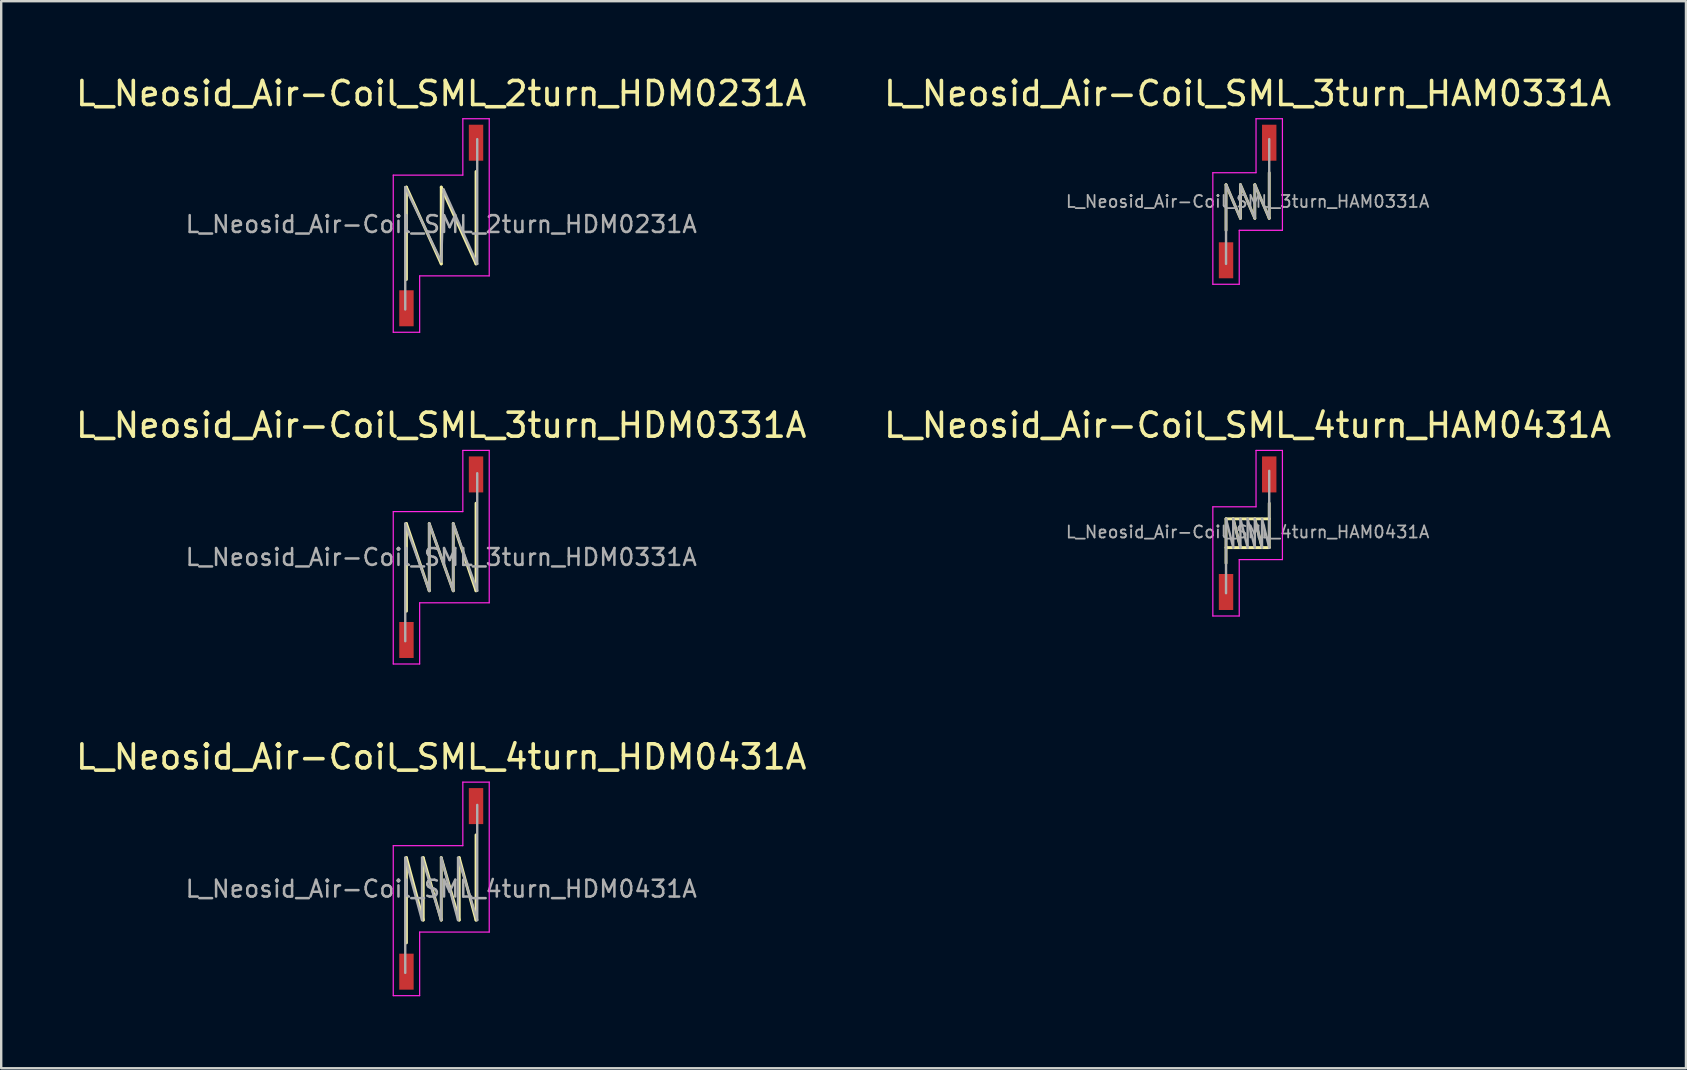
<source format=kicad_pcb>
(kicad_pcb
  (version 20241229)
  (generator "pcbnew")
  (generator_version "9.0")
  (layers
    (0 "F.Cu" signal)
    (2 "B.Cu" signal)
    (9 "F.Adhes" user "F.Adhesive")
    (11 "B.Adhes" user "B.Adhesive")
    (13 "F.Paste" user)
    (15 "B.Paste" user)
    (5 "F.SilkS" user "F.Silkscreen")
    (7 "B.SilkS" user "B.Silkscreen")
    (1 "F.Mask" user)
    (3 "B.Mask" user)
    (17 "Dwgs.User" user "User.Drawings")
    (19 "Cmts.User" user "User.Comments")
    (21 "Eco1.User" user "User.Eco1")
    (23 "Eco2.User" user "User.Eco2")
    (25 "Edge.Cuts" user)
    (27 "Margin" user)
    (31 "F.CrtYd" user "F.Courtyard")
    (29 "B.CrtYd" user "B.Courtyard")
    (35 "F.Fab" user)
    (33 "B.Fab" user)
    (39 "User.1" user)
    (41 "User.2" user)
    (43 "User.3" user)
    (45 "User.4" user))
  (footprint "L_Neosid_Air-Coil_SML_2turn_HDM0231A"
    (layer "F.Cu")
    (at 15.339 6.348)
    (property "Reference" "L_Neosid_Air-Coil_SML_2turn_HDM0231A" (at 0 -5.5 0) (layer "F.SilkS") (effects (font (size 1 1) (thickness 0.15))))
    (attr smd)
    (fp_line (start -1.45 -1.6) (end -1.45 2.25) (stroke (width 0.12) (type solid)) (layer "F.SilkS"))
    (fp_line (start -1.45 -1.6) (end 0 1.6) (stroke (width 0.12) (type solid)) (layer "F.SilkS"))
    (fp_line (start 0 -1.6) (end 0 1.6) (stroke (width 0.12) (type solid)) (layer "F.SilkS"))
    (fp_line (start 0 -1.6) (end 1.45 1.6) (stroke (width 0.12) (type solid)) (layer "F.SilkS"))
    (fp_line (start 1.45 1.6) (end 1.45 -2.25) (stroke (width 0.12) (type solid)) (layer "F.SilkS"))
    (fp_line (start -2 -2.1) (end -2 4.45) (stroke (width 0.05) (type solid)) (layer "F.CrtYd"))
    (fp_line (start -2 4.45) (end -0.9 4.45) (stroke (width 0.05) (type solid)) (layer "F.CrtYd"))
    (fp_line (start -0.9 2.1) (end 2 2.1) (stroke (width 0.05) (type solid)) (layer "F.CrtYd"))
    (fp_line (start -0.9 4.45) (end -0.9 2.1) (stroke (width 0.05) (type solid)) (layer "F.CrtYd"))
    (fp_line (start 0.9 -4.45) (end 0.9 -2.1) (stroke (width 0.05) (type solid)) (layer "F.CrtYd"))
    (fp_line (start 0.9 -2.1) (end -2 -2.1) (stroke (width 0.05) (type solid)) (layer "F.CrtYd"))
    (fp_line (start 2 -4.45) (end 0.9 -4.45) (stroke (width 0.05) (type solid)) (layer "F.CrtYd"))
    (fp_line (start 2 2.1) (end 2 -4.45) (stroke (width 0.05) (type solid)) (layer "F.CrtYd"))
    (fp_line (start -1.5 -1.6) (end 0 1.5) (stroke (width 0.1) (type solid)) (layer "F.Fab"))
    (fp_line (start -1.5 3.5) (end -1.5 -1.6) (stroke (width 0.1) (type solid)) (layer "F.Fab"))
    (fp_line (start 0 1.5) (end 0.1 -1.5) (stroke (width 0.1) (type solid)) (layer "F.Fab"))
    (fp_line (start 0.1 -1.5) (end 1.5 1.6) (stroke (width 0.1) (type solid)) (layer "F.Fab"))
    (fp_line (start 1.5 1.6) (end 1.5 -3.6) (stroke (width 0.1) (type solid)) (layer "F.Fab"))
    (fp_text user "${REFERENCE}" (at 0 -0.05 0) (layer "F.Fab") (effects (font (size 0.7 0.7) (thickness 0.105))))
    (pad "1" smd rect (at -1.45 3.45) (size 0.6 1.5) (layers "F.Cu" "F.Mask" "F.Paste"))
    (pad "2" smd rect (at 1.45 -3.45) (size 0.6 1.5) (layers "F.Cu" "F.Mask" "F.Paste")))
  (footprint "L_Neosid_Air-Coil_SML_4turn_HAM0431A"
    (layer "F.Cu")
    (at 48.946 19.172)
    (property "Reference" "L_Neosid_Air-Coil_SML_4turn_HAM0431A" (at 0 -4.5 0) (layer "F.SilkS") (effects (font (size 1 1) (thickness 0.15))))
    (attr smd)
    (fp_line (start -0.9 -0.6) (end 0.9 -0.6) (stroke (width 0.12) (type solid)) (layer "F.SilkS"))
    (fp_line (start -0.9 1.25) (end -0.9 -0.6) (stroke (width 0.12) (type solid)) (layer "F.SilkS"))
    (fp_line (start -0.6 -0.6) (end -0.3 0.6) (stroke (width 0.12) (type solid)) (layer "F.SilkS"))
    (fp_line (start 0.3 -0.6) (end 0.6 0.6) (stroke (width 0.12) (type solid)) (layer "F.SilkS"))
    (fp_line (start 0.9 0.6) (end -0.9 0.6) (stroke (width 0.12) (type solid)) (layer "F.SilkS"))
    (fp_line (start 0.9 0.6) (end 0.9 -1.25) (stroke (width 0.12) (type solid)) (layer "F.SilkS"))
    (fp_line (start -1.45 -1.1) (end -1.45 3.45) (stroke (width 0.05) (type solid)) (layer "F.CrtYd"))
    (fp_line (start -1.45 3.45) (end -0.35 3.45) (stroke (width 0.05) (type solid)) (layer "F.CrtYd"))
    (fp_line (start -0.35 1.1) (end 1.45 1.1) (stroke (width 0.05) (type solid)) (layer "F.CrtYd"))
    (fp_line (start -0.35 3.45) (end -0.35 1.1) (stroke (width 0.05) (type solid)) (layer "F.CrtYd"))
    (fp_line (start 0.35 -3.45) (end 0.35 -1.1) (stroke (width 0.05) (type solid)) (layer "F.CrtYd"))
    (fp_line (start 0.35 -1.1) (end -1.45 -1.1) (stroke (width 0.05) (type solid)) (layer "F.CrtYd"))
    (fp_line (start 1.45 -3.45) (end 0.35 -3.45) (stroke (width 0.05) (type solid)) (layer "F.CrtYd"))
    (fp_line (start 1.45 1.1) (end 1.45 -3.45) (stroke (width 0.05) (type solid)) (layer "F.CrtYd"))
    (fp_line (start -0.9 -0.6) (end -0.6 0.6) (stroke (width 0.1) (type solid)) (layer "F.Fab"))
    (fp_line (start -0.9 2.5) (end -0.9 -0.6) (stroke (width 0.1) (type solid)) (layer "F.Fab"))
    (fp_line (start -0.6 -0.6) (end -0.3 0.6) (stroke (width 0.1) (type solid)) (layer "F.Fab"))
    (fp_line (start -0.6 0.6) (end -0.6 -0.6) (stroke (width 0.1) (type solid)) (layer "F.Fab"))
    (fp_line (start -0.3 -0.6) (end 0 0.6) (stroke (width 0.1) (type solid)) (layer "F.Fab"))
    (fp_line (start -0.3 0.6) (end -0.3 -0.6) (stroke (width 0.1) (type solid)) (layer "F.Fab"))
    (fp_line (start 0 0.6) (end 0 -0.6) (stroke (width 0.1) (type solid)) (layer "F.Fab"))
    (fp_line (start 0.3 -0.6) (end 0.3 0.6) (stroke (width 0.1) (type solid)) (layer "F.Fab"))
    (fp_line (start 0.3 -0.6) (end 0.6 0.6) (stroke (width 0.1) (type solid)) (layer "F.Fab"))
    (fp_line (start 0.3 0.6) (end 0 -0.6) (stroke (width 0.1) (type solid)) (layer "F.Fab"))
    (fp_line (start 0.6 -0.6) (end 0.9 0.6) (stroke (width 0.1) (type solid)) (layer "F.Fab"))
    (fp_line (start 0.6 0.6) (end 0.6 -0.6) (stroke (width 0.1) (type solid)) (layer "F.Fab"))
    (fp_line (start 0.9 0.6) (end 0.9 -2.6) (stroke (width 0.1) (type solid)) (layer "F.Fab"))
    (fp_text user "${REFERENCE}" (at 0 -0.05 0) (layer "F.Fab") (effects (font (size 0.5 0.5) (thickness 0.075))))
    (pad "1" smd rect (at -0.9 2.45) (size 0.6 1.5) (layers "F.Cu" "F.Mask" "F.Paste"))
    (pad "2" smd rect (at 0.9 -2.45) (size 0.6 1.5) (layers "F.Cu" "F.Mask" "F.Paste")))
  (footprint "L_Neosid_Air-Coil_SML_3turn_HDM0331A"
    (layer "F.Cu")
    (at 15.339 20.172)
    (property "Reference" "L_Neosid_Air-Coil_SML_3turn_HDM0331A" (at 0 -5.5 0) (layer "F.SilkS") (effects (font (size 1 1) (thickness 0.15))))
    (attr smd)
    (fp_line (start -1.45 -1.4) (end -1.45 2.25) (stroke (width 0.12) (type solid)) (layer "F.SilkS"))
    (fp_line (start -1.45 -1.4) (end -0.5 1.4) (stroke (width 0.12) (type solid)) (layer "F.SilkS"))
    (fp_line (start -0.5 -1.4) (end -0.5 1.4) (stroke (width 0.12) (type solid)) (layer "F.SilkS"))
    (fp_line (start -0.5 -1.4) (end 0.5 1.4) (stroke (width 0.12) (type solid)) (layer "F.SilkS"))
    (fp_line (start 0.5 -1.4) (end 0.5 1.4) (stroke (width 0.12) (type solid)) (layer "F.SilkS"))
    (fp_line (start 0.5 -1.4) (end 1.45 1.4) (stroke (width 0.12) (type solid)) (layer "F.SilkS"))
    (fp_line (start 1.45 1.4) (end 1.45 -2.25) (stroke (width 0.12) (type solid)) (layer "F.SilkS"))
    (fp_line (start -2 -1.9) (end -2 4.45) (stroke (width 0.05) (type solid)) (layer "F.CrtYd"))
    (fp_line (start -2 4.45) (end -0.9 4.45) (stroke (width 0.05) (type solid)) (layer "F.CrtYd"))
    (fp_line (start -0.9 1.9) (end 2 1.9) (stroke (width 0.05) (type solid)) (layer "F.CrtYd"))
    (fp_line (start -0.9 4.45) (end -0.9 1.9) (stroke (width 0.05) (type solid)) (layer "F.CrtYd"))
    (fp_line (start 0.9 -4.45) (end 0.9 -1.9) (stroke (width 0.05) (type solid)) (layer "F.CrtYd"))
    (fp_line (start 0.9 -1.9) (end -2 -1.9) (stroke (width 0.05) (type solid)) (layer "F.CrtYd"))
    (fp_line (start 2 -4.45) (end 0.9 -4.45) (stroke (width 0.05) (type solid)) (layer "F.CrtYd"))
    (fp_line (start 2 1.9) (end 2 -4.45) (stroke (width 0.05) (type solid)) (layer "F.CrtYd"))
    (fp_line (start -1.5 -1.4) (end -0.5 1.4) (stroke (width 0.1) (type solid)) (layer "F.Fab"))
    (fp_line (start -1.5 3.5) (end -1.5 -1.4) (stroke (width 0.1) (type solid)) (layer "F.Fab"))
    (fp_line (start -0.5 -1.4) (end 0.5 1.4) (stroke (width 0.1) (type solid)) (layer "F.Fab"))
    (fp_line (start -0.5 1.4) (end -0.5 -1.4) (stroke (width 0.1) (type solid)) (layer "F.Fab"))
    (fp_line (start 0.5 -1.4) (end 1.5 1.4) (stroke (width 0.1) (type solid)) (layer "F.Fab"))
    (fp_line (start 0.5 1.4) (end 0.5 -1.4) (stroke (width 0.1) (type solid)) (layer "F.Fab"))
    (fp_line (start 1.5 1.4) (end 1.5 -3.5) (stroke (width 0.1) (type solid)) (layer "F.Fab"))
    (fp_text user "${REFERENCE}" (at 0 0 0) (layer "F.Fab") (effects (font (size 0.7 0.7) (thickness 0.105))))
    (pad "1" smd rect (at -1.45 3.45) (size 0.6 1.5) (layers "F.Cu" "F.Mask" "F.Paste"))
    (pad "2" smd rect (at 1.45 -3.45) (size 0.6 1.5) (layers "F.Cu" "F.Mask" "F.Paste")))
  (footprint "L_Neosid_Air-Coil_SML_3turn_HAM0331A"
    (layer "F.Cu")
    (at 48.946 5.348)
    (property "Reference" "L_Neosid_Air-Coil_SML_3turn_HAM0331A" (at 0 -4.5 0) (layer "F.SilkS") (effects (font (size 1 1) (thickness 0.15))))
    (attr smd)
    (fp_line (start -0.9 -0.7) (end -0.3 0.7) (stroke (width 0.12) (type solid)) (layer "F.SilkS"))
    (fp_line (start -0.9 1.2) (end -0.9 -0.7) (stroke (width 0.12) (type solid)) (layer "F.SilkS"))
    (fp_line (start -0.3 -0.7) (end 0.3 0.7) (stroke (width 0.12) (type solid)) (layer "F.SilkS"))
    (fp_line (start -0.3 0.7) (end -0.3 -0.7) (stroke (width 0.12) (type solid)) (layer "F.SilkS"))
    (fp_line (start 0.3 -0.7) (end 0.9 0.7) (stroke (width 0.12) (type solid)) (layer "F.SilkS"))
    (fp_line (start 0.3 0.7) (end 0.3 -0.7) (stroke (width 0.12) (type solid)) (layer "F.SilkS"))
    (fp_line (start 0.9 -1.2) (end 0.9 0.7) (stroke (width 0.12) (type solid)) (layer "F.SilkS"))
    (fp_line (start -1.45 -1.2) (end -1.45 3.45) (stroke (width 0.05) (type solid)) (layer "F.CrtYd"))
    (fp_line (start -1.45 3.45) (end -0.35 3.45) (stroke (width 0.05) (type solid)) (layer "F.CrtYd"))
    (fp_line (start -0.35 1.2) (end 1.45 1.2) (stroke (width 0.05) (type solid)) (layer "F.CrtYd"))
    (fp_line (start -0.35 3.45) (end -0.35 1.2) (stroke (width 0.05) (type solid)) (layer "F.CrtYd"))
    (fp_line (start 0.35 -3.45) (end 0.35 -1.2) (stroke (width 0.05) (type solid)) (layer "F.CrtYd"))
    (fp_line (start 0.35 -1.2) (end -1.45 -1.2) (stroke (width 0.05) (type solid)) (layer "F.CrtYd"))
    (fp_line (start 1.45 -3.45) (end 0.35 -3.45) (stroke (width 0.05) (type solid)) (layer "F.CrtYd"))
    (fp_line (start 1.45 1.2) (end 1.45 -3.45) (stroke (width 0.05) (type solid)) (layer "F.CrtYd"))
    (fp_line (start -0.9 -0.7) (end -0.3 0.7) (stroke (width 0.1) (type solid)) (layer "F.Fab"))
    (fp_line (start -0.9 2.6) (end -0.9 -0.7) (stroke (width 0.1) (type solid)) (layer "F.Fab"))
    (fp_line (start -0.3 -0.7) (end 0.3 0.7) (stroke (width 0.1) (type solid)) (layer "F.Fab"))
    (fp_line (start -0.3 0.7) (end -0.3 -0.7) (stroke (width 0.1) (type solid)) (layer "F.Fab"))
    (fp_line (start 0.3 -0.7) (end 0.9 0.7) (stroke (width 0.1) (type solid)) (layer "F.Fab"))
    (fp_line (start 0.3 0.7) (end 0.3 -0.7) (stroke (width 0.1) (type solid)) (layer "F.Fab"))
    (fp_line (start 0.9 0.7) (end 0.9 -2.6) (stroke (width 0.1) (type solid)) (layer "F.Fab"))
    (fp_text user "${REFERENCE}" (at 0 0 0) (layer "F.Fab") (effects (font (size 0.5 0.5) (thickness 0.075))))
    (pad "1" smd rect (at -0.9 2.45) (size 0.6 1.5) (layers "F.Cu" "F.Mask" "F.Paste"))
    (pad "2" smd rect (at 0.9 -2.45) (size 0.6 1.5) (layers "F.Cu" "F.Mask" "F.Paste")))
  (footprint "L_Neosid_Air-Coil_SML_4turn_HDM0431A"
    (layer "F.Cu")
    (at 15.339 33.995)
    (property "Reference" "L_Neosid_Air-Coil_SML_4turn_HDM0431A" (at 0 -5.5 0) (layer "F.SilkS") (effects (font (size 1 1) (thickness 0.15))))
    (attr smd)
    (fp_line (start -1.45 -1.3) (end -1.45 2.25) (stroke (width 0.12) (type solid)) (layer "F.SilkS"))
    (fp_line (start -1.45 -1.3) (end -0.75 1.3) (stroke (width 0.12) (type solid)) (layer "F.SilkS"))
    (fp_line (start -0.75 -1.3) (end -0.75 1.3) (stroke (width 0.12) (type solid)) (layer "F.SilkS"))
    (fp_line (start -0.75 -1.3) (end 0 1.3) (stroke (width 0.12) (type solid)) (layer "F.SilkS"))
    (fp_line (start 0 -1.3) (end 0 1.3) (stroke (width 0.12) (type solid)) (layer "F.SilkS"))
    (fp_line (start 0 -1.3) (end 0.75 1.3) (stroke (width 0.12) (type solid)) (layer "F.SilkS"))
    (fp_line (start 0.75 -1.3) (end 0.75 1.3) (stroke (width 0.12) (type solid)) (layer "F.SilkS"))
    (fp_line (start 0.75 -1.3) (end 1.45 1.3) (stroke (width 0.12) (type solid)) (layer "F.SilkS"))
    (fp_line (start 1.45 1.3) (end 1.45 -2.25) (stroke (width 0.12) (type solid)) (layer "F.SilkS"))
    (fp_line (start -2 -1.8) (end -2 4.45) (stroke (width 0.05) (type solid)) (layer "F.CrtYd"))
    (fp_line (start -2 4.45) (end -0.9 4.45) (stroke (width 0.05) (type solid)) (layer "F.CrtYd"))
    (fp_line (start -0.9 1.8) (end 2 1.8) (stroke (width 0.05) (type solid)) (layer "F.CrtYd"))
    (fp_line (start -0.9 4.45) (end -0.9 1.8) (stroke (width 0.05) (type solid)) (layer "F.CrtYd"))
    (fp_line (start 0.9 -4.45) (end 0.9 -1.8) (stroke (width 0.05) (type solid)) (layer "F.CrtYd"))
    (fp_line (start 0.9 -1.8) (end -2 -1.8) (stroke (width 0.05) (type solid)) (layer "F.CrtYd"))
    (fp_line (start 2 -4.45) (end 0.9 -4.45) (stroke (width 0.05) (type solid)) (layer "F.CrtYd"))
    (fp_line (start 2 1.8) (end 2 -4.45) (stroke (width 0.05) (type solid)) (layer "F.CrtYd"))
    (fp_line (start -1.5 -1.3) (end -0.8 1.3) (stroke (width 0.1) (type solid)) (layer "F.Fab"))
    (fp_line (start -1.5 3.5) (end -1.5 -1.3) (stroke (width 0.1) (type solid)) (layer "F.Fab"))
    (fp_line (start -0.8 -1.3) (end 0 1.3) (stroke (width 0.1) (type solid)) (layer "F.Fab"))
    (fp_line (start -0.8 1.3) (end -0.8 -1.3) (stroke (width 0.1) (type solid)) (layer "F.Fab"))
    (fp_line (start 0 -1.3) (end 0.7 1.3) (stroke (width 0.1) (type solid)) (layer "F.Fab"))
    (fp_line (start 0 1.3) (end 0 -1.3) (stroke (width 0.1) (type solid)) (layer "F.Fab"))
    (fp_line (start 0.7 -1.3) (end 1.5 1.3) (stroke (width 0.1) (type solid)) (layer "F.Fab"))
    (fp_line (start 0.7 1.3) (end 0.7 -1.3) (stroke (width 0.1) (type solid)) (layer "F.Fab"))
    (fp_line (start 1.5 1.3) (end 1.5 -3.5) (stroke (width 0.1) (type solid)) (layer "F.Fab"))
    (fp_text user "${REFERENCE}" (at 0 0 0) (layer "F.Fab") (effects (font (size 0.7 0.7) (thickness 0.105))))
    (pad "1" smd rect (at -1.45 3.45) (size 0.6 1.5) (layers "F.Cu" "F.Mask" "F.Paste"))
    (pad "2" smd rect (at 1.45 -3.45) (size 0.6 1.5) (layers "F.Cu" "F.Mask" "F.Paste")))
  (gr_rect
    (start -3 -3)
    (end 67.214 41.47)
    (stroke (width 0.1) (type default))
    (fill no)
    (layer "Edge.Cuts")))
</source>
